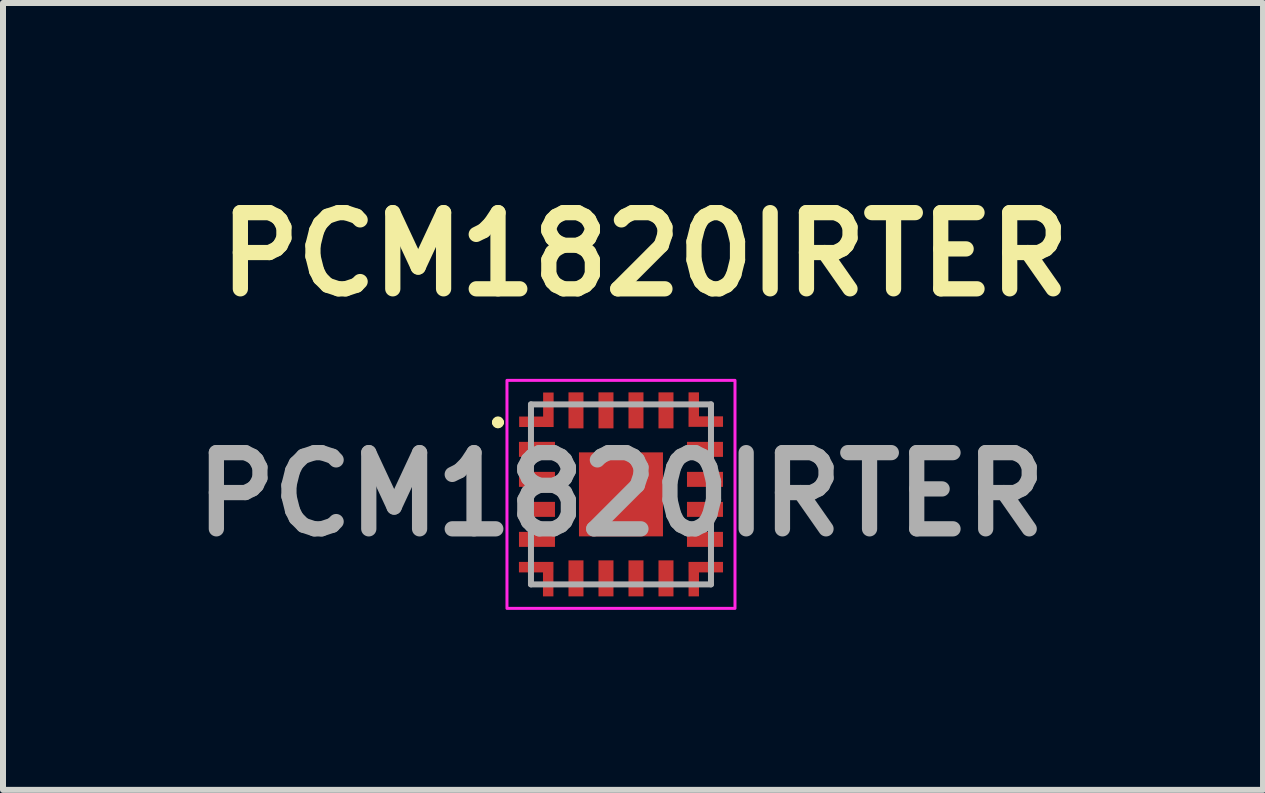
<source format=kicad_pcb>
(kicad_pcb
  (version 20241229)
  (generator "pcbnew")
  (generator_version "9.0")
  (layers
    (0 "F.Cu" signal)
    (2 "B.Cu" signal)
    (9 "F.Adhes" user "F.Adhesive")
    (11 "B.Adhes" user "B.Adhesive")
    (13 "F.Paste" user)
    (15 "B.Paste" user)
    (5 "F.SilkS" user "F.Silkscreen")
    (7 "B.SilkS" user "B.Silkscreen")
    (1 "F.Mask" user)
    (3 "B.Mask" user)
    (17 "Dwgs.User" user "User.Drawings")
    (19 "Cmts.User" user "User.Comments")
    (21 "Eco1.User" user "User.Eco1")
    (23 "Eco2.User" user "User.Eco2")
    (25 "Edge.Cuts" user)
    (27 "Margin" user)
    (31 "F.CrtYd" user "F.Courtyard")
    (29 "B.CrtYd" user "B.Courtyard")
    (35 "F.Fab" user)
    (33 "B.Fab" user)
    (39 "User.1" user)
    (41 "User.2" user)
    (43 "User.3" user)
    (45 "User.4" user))
  (footprint "PCM1820IRTER"
    (layer "F.Cu")
    (at 7.299 5.189)
    (property "Reference" "PCM1820IRTER" (at 0.4 -4 0) (layer "F.SilkS") (effects (font (size 1.27 1.27) (thickness 0.254))))
    (attr smd)
    (fp_line (start -2.1 -1.2) (end -2.1 -1.2) (stroke (width 0.1) (type solid)) (layer "F.SilkS"))
    (fp_line (start -2 -1.2) (end -2 -1.2) (stroke (width 0.1) (type solid)) (layer "F.SilkS"))
    (fp_arc (start -2.1 -1.2) (mid -2.05 -1.25) (end -2 -1.2) (stroke (width 0.1) (type solid)) (layer "F.SilkS"))
    (fp_arc (start -2 -1.2) (mid -2.05 -1.15) (end -2.1 -1.2) (stroke (width 0.1) (type solid)) (layer "F.SilkS"))
    (fp_rect (start -1.9 -1.9) (end 1.9 1.9) (stroke (width 0.05) (type default)) (fill no) (layer "F.CrtYd"))
    (fp_line (start -1.5 -1.5) (end 1.5 -1.5) (stroke (width 0.1) (type solid)) (layer "F.Fab"))
    (fp_line (start -1.5 1.5) (end -1.5 -1.5) (stroke (width 0.1) (type solid)) (layer "F.Fab"))
    (fp_line (start 1.5 -1.5) (end 1.5 1.5) (stroke (width 0.1) (type solid)) (layer "F.Fab"))
    (fp_line (start 1.5 1.5) (end -1.5 1.5) (stroke (width 0.1) (type solid)) (layer "F.Fab"))
    (fp_text user "${REFERENCE}" (at 0 0 0) (layer "F.Fab") (effects (font (size 1.27 1.27) (thickness 0.254))))
    (pad "1" smd rect (at -1.4 -0.75 90) (size 0.25 0.6) (layers "F.Cu" "F.Mask" "F.Paste"))
    (pad "2" smd rect (at -1.4 -0.25 90) (size 0.25 0.6) (layers "F.Cu" "F.Mask" "F.Paste"))
    (pad "3" smd rect (at -1.4 0.25 90) (size 0.25 0.6) (layers "F.Cu" "F.Mask" "F.Paste"))
    (pad "4" smd rect (at -1.4 0.75 90) (size 0.25 0.6) (layers "F.Cu" "F.Mask" "F.Paste"))
    (pad "5" smd custom (at -1.413 1.213 270) (size 0.175 0.575) (layers "F.Cu" "F.Mask" "F.Paste") (options (anchor rect)) (primitives (gr_rect (start -0.087 -0.287) (end 0.487 -0.113) (width 0) (fill yes))))
    (pad "6" smd rect (at -0.75 1.4) (size 0.25 0.6) (layers "F.Cu" "F.Mask" "F.Paste"))
    (pad "7" smd rect (at -0.25 1.4) (size 0.25 0.6) (layers "F.Cu" "F.Mask" "F.Paste"))
    (pad "8" smd rect (at 0.25 1.4) (size 0.25 0.6) (layers "F.Cu" "F.Mask" "F.Paste"))
    (pad "9" smd rect (at 0.75 1.4) (size 0.25 0.6) (layers "F.Cu" "F.Mask" "F.Paste"))
    (pad "10" smd custom (at 1.413 1.213 90) (size 0.175 0.575) (layers "F.Cu" "F.Mask" "F.Paste") (options (anchor rect)) (primitives (gr_rect (start -0.487 -0.287) (end 0.087 -0.113) (width 0) (fill yes))))
    (pad "11" smd rect (at 1.4 0.75 90) (size 0.25 0.6) (layers "F.Cu" "F.Mask" "F.Paste"))
    (pad "12" smd rect (at 1.4 0.25 90) (size 0.25 0.6) (layers "F.Cu" "F.Mask" "F.Paste"))
    (pad "13" smd rect (at 1.4 -0.25 90) (size 0.25 0.6) (layers "F.Cu" "F.Mask" "F.Paste"))
    (pad "14" smd rect (at 1.4 -0.75 90) (size 0.25 0.6) (layers "F.Cu" "F.Mask" "F.Paste"))
    (pad "15" smd custom (at 1.413 -1.213 90) (size 0.175 0.575) (layers "F.Cu" "F.Mask" "F.Paste") (options (anchor rect)) (primitives (gr_rect (start -0.087 -0.287) (end 0.487 -0.113) (width 0) (fill yes))))
    (pad "16" smd rect (at 0.75 -1.4) (size 0.25 0.6) (layers "F.Cu" "F.Mask" "F.Paste"))
    (pad "17" smd rect (at 0.25 -1.4) (size 0.25 0.6) (layers "F.Cu" "F.Mask" "F.Paste"))
    (pad "18" smd rect (at -0.25 -1.4) (size 0.25 0.6) (layers "F.Cu" "F.Mask" "F.Paste"))
    (pad "19" smd rect (at -0.75 -1.4) (size 0.25 0.6) (layers "F.Cu" "F.Mask" "F.Paste"))
    (pad "20" smd custom (at -1.21 -1.41 180) (size 0.175 0.575) (layers "F.Cu" "F.Mask" "F.Paste") (options (anchor rect)) (primitives (gr_rect (start -0.087 -0.287) (end 0.487 -0.113) (width 0) (fill yes))))
    (pad "21" smd rect (at 0 0) (size 1.4 1.4) (layers "F.Cu" "F.Mask" "F.Paste")))
  (gr_rect
    (start -3 -3)
    (end 17.999 10.114)
    (stroke (width 0.1) (type default))
    (fill no)
    (layer "Edge.Cuts")))
</source>
